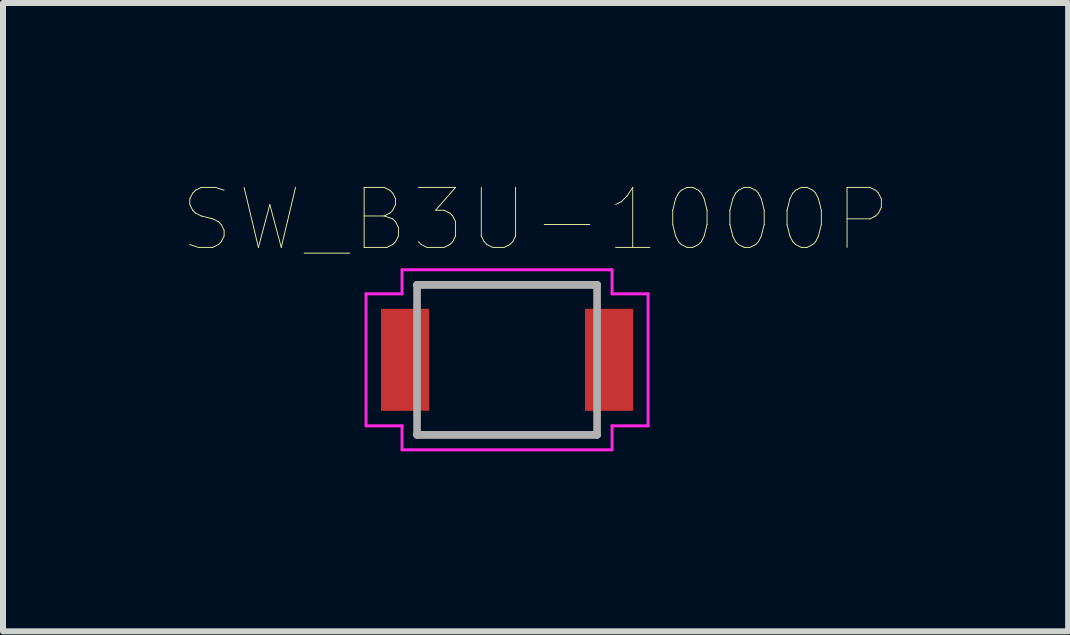
<source format=kicad_pcb>
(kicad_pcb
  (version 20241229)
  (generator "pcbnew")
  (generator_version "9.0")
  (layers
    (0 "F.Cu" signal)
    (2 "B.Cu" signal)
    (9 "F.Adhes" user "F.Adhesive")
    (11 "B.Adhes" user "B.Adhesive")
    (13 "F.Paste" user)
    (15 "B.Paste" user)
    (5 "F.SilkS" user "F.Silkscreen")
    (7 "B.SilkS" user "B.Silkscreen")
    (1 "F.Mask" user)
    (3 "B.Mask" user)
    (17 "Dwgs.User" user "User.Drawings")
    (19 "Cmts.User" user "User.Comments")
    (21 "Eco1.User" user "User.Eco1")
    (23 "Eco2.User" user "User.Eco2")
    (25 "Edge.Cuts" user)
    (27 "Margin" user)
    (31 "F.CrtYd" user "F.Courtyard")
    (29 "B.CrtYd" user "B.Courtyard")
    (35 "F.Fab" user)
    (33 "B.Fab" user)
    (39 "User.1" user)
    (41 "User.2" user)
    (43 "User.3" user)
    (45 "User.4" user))
  (footprint "SW_B3U-1000P"
    (layer "F.Cu")
    (at 5.4 2.946)
    (property "Reference" "SW_B3U-1000P" (at 0.475 -2.335 0) (layer "F.SilkS") (effects (font (size 1 1) (thickness 0.015))))
    (attr through_hole)
    (fp_line (start -2.35 -1.1) (end -1.75 -1.1) (stroke (width 0.05) (type solid)) (layer "F.CrtYd"))
    (fp_line (start -2.35 1.1) (end -2.35 -1.1) (stroke (width 0.05) (type solid)) (layer "F.CrtYd"))
    (fp_line (start -1.75 -1.5) (end 1.75 -1.5) (stroke (width 0.05) (type solid)) (layer "F.CrtYd"))
    (fp_line (start -1.75 -1.1) (end -1.75 -1.5) (stroke (width 0.05) (type solid)) (layer "F.CrtYd"))
    (fp_line (start -1.75 1.1) (end -2.35 1.1) (stroke (width 0.05) (type solid)) (layer "F.CrtYd"))
    (fp_line (start -1.75 1.5) (end -1.75 1.1) (stroke (width 0.05) (type solid)) (layer "F.CrtYd"))
    (fp_line (start 1.75 -1.5) (end 1.75 -1.1) (stroke (width 0.05) (type solid)) (layer "F.CrtYd"))
    (fp_line (start 1.75 -1.1) (end 2.35 -1.1) (stroke (width 0.05) (type solid)) (layer "F.CrtYd"))
    (fp_line (start 1.75 1.1) (end 1.75 1.5) (stroke (width 0.05) (type solid)) (layer "F.CrtYd"))
    (fp_line (start 1.75 1.5) (end -1.75 1.5) (stroke (width 0.05) (type solid)) (layer "F.CrtYd"))
    (fp_line (start 2.35 -1.1) (end 2.35 1.1) (stroke (width 0.05) (type solid)) (layer "F.CrtYd"))
    (fp_line (start 2.35 1.1) (end 1.75 1.1) (stroke (width 0.05) (type solid)) (layer "F.CrtYd"))
    (fp_line (start -1.5 -1.25) (end 1.5 -1.25) (stroke (width 0.127) (type solid)) (layer "F.Fab"))
    (fp_line (start -1.5 1.25) (end -1.5 -1.25) (stroke (width 0.127) (type solid)) (layer "F.Fab"))
    (fp_line (start -1.5 1.25) (end 1.5 1.25) (stroke (width 0.127) (type solid)) (layer "F.Fab"))
    (fp_line (start 1.5 -1.25) (end -1.5 -1.25) (stroke (width 0.127) (type solid)) (layer "F.Fab"))
    (fp_line (start 1.5 -1.25) (end 1.5 1.25) (stroke (width 0.127) (type solid)) (layer "F.Fab"))
    (fp_line (start 1.5 1.25) (end -1.5 1.25) (stroke (width 0.127) (type solid)) (layer "F.Fab"))
    (pad "1" smd rect (at -1.7 0) (size 0.8 1.7) (layers "F.Cu" "F.Mask" "F.Paste"))
    (pad "2" smd rect (at 1.7 0) (size 0.8 1.7) (layers "F.Cu" "F.Mask" "F.Paste")))
  (gr_rect
    (start -3 -3)
    (end 14.75 7.471)
    (stroke (width 0.1) (type default))
    (fill no)
    (layer "Edge.Cuts")))
</source>
